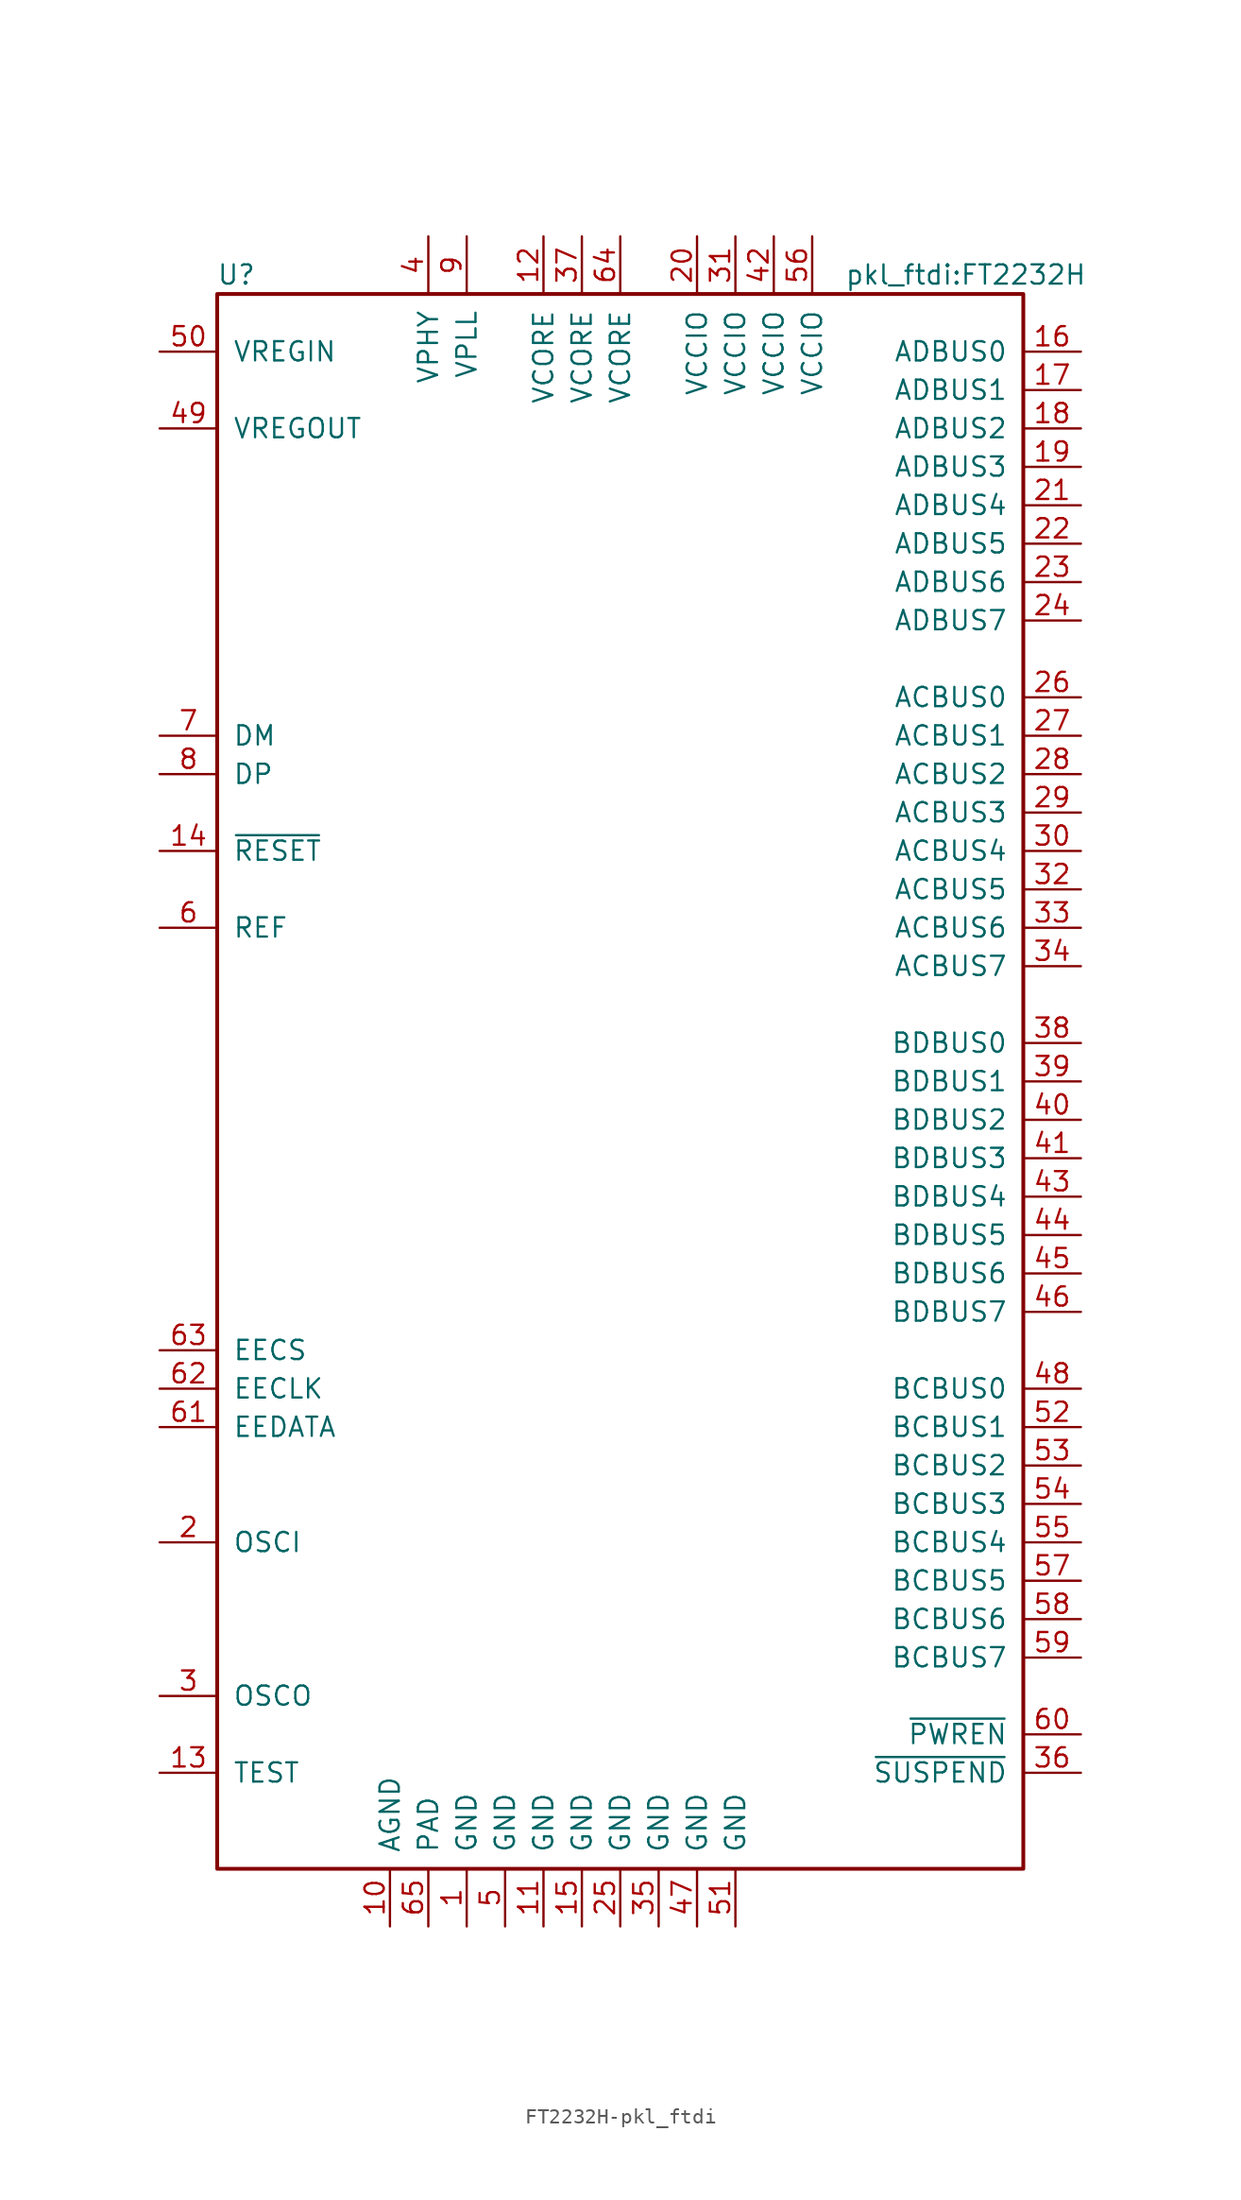
<source format=kicad_sym>
(kicad_symbol_lib
  (version 20231120)
  (generator "kicad_symbol_editor")
  (generator_version "8.0")
  (symbol "FT2232H-pkl_ftdi"
    (pin_names
      (offset 1.016))
    (property "Reference" "U"
      (at -25.4 53.34 0)
      (effects (font (size 1.27 1.27))))
    (property "Value" "pkl_ftdi:FT2232H"
      (at 22.86 53.34 0)
      (effects (font (size 1.27 1.27))))
    (symbol "FT2232H-pkl_ftdi_1_1"
      (rectangle (start -26.67 -52.07) (end 26.67 52.07) (stroke (width 0.254) (type solid)) (fill (type none)))
      (pin power_in line (at -10.16 -55.88 90) (length 3.81) (name "GND" (effects (font (size 1.27 1.27)))) (number "1" (effects (font (size 1.27 1.27)))))
      (pin power_in line (at -15.24 -55.88 90) (length 3.81) (name "AGND" (effects (font (size 1.27 1.27)))) (number "10" (effects (font (size 1.27 1.27)))))
      (pin power_in line (at -5.08 -55.88 90) (length 3.81) (name "GND" (effects (font (size 1.27 1.27)))) (number "11" (effects (font (size 1.27 1.27)))))
      (pin power_in line (at -5.08 55.88 270) (length 3.81) (name "VCORE" (effects (font (size 1.27 1.27)))) (number "12" (effects (font (size 1.27 1.27)))))
      (pin input line (at -30.48 -45.72 0) (length 3.81) (name "TEST" (effects (font (size 1.27 1.27)))) (number "13" (effects (font (size 1.27 1.27)))))
      (pin input line (at -30.48 15.24 0) (length 3.81) (name "~{RESET}" (effects (font (size 1.27 1.27)))) (number "14" (effects (font (size 1.27 1.27)))))
      (pin power_in line (at -2.54 -55.88 90) (length 3.81) (name "GND" (effects (font (size 1.27 1.27)))) (number "15" (effects (font (size 1.27 1.27)))))
      (pin bidirectional line (at 30.48 48.26 180) (length 3.81) (name "ADBUS0" (effects (font (size 1.27 1.27)))) (number "16" (effects (font (size 1.27 1.27)))))
      (pin bidirectional line (at 30.48 45.72 180) (length 3.81) (name "ADBUS1" (effects (font (size 1.27 1.27)))) (number "17" (effects (font (size 1.27 1.27)))))
      (pin bidirectional line (at 30.48 43.18 180) (length 3.81) (name "ADBUS2" (effects (font (size 1.27 1.27)))) (number "18" (effects (font (size 1.27 1.27)))))
      (pin bidirectional line (at 30.48 40.64 180) (length 3.81) (name "ADBUS3" (effects (font (size 1.27 1.27)))) (number "19" (effects (font (size 1.27 1.27)))))
      (pin input line (at -30.48 -30.48 0) (length 3.81) (name "OSCI" (effects (font (size 1.27 1.27)))) (number "2" (effects (font (size 1.27 1.27)))))
      (pin power_in line (at 5.08 55.88 270) (length 3.81) (name "VCCIO" (effects (font (size 1.27 1.27)))) (number "20" (effects (font (size 1.27 1.27)))))
      (pin bidirectional line (at 30.48 38.1 180) (length 3.81) (name "ADBUS4" (effects (font (size 1.27 1.27)))) (number "21" (effects (font (size 1.27 1.27)))))
      (pin bidirectional line (at 30.48 35.56 180) (length 3.81) (name "ADBUS5" (effects (font (size 1.27 1.27)))) (number "22" (effects (font (size 1.27 1.27)))))
      (pin bidirectional line (at 30.48 33.02 180) (length 3.81) (name "ADBUS6" (effects (font (size 1.27 1.27)))) (number "23" (effects (font (size 1.27 1.27)))))
      (pin bidirectional line (at 30.48 30.48 180) (length 3.81) (name "ADBUS7" (effects (font (size 1.27 1.27)))) (number "24" (effects (font (size 1.27 1.27)))))
      (pin power_in line (at 0 -55.88 90) (length 3.81) (name "GND" (effects (font (size 1.27 1.27)))) (number "25" (effects (font (size 1.27 1.27)))))
      (pin bidirectional line (at 30.48 25.4 180) (length 3.81) (name "ACBUS0" (effects (font (size 1.27 1.27)))) (number "26" (effects (font (size 1.27 1.27)))))
      (pin bidirectional line (at 30.48 22.86 180) (length 3.81) (name "ACBUS1" (effects (font (size 1.27 1.27)))) (number "27" (effects (font (size 1.27 1.27)))))
      (pin bidirectional line (at 30.48 20.32 180) (length 3.81) (name "ACBUS2" (effects (font (size 1.27 1.27)))) (number "28" (effects (font (size 1.27 1.27)))))
      (pin bidirectional line (at 30.48 17.78 180) (length 3.81) (name "ACBUS3" (effects (font (size 1.27 1.27)))) (number "29" (effects (font (size 1.27 1.27)))))
      (pin output line (at -30.48 -40.64 0) (length 3.81) (name "OSCO" (effects (font (size 1.27 1.27)))) (number "3" (effects (font (size 1.27 1.27)))))
      (pin bidirectional line (at 30.48 15.24 180) (length 3.81) (name "ACBUS4" (effects (font (size 1.27 1.27)))) (number "30" (effects (font (size 1.27 1.27)))))
      (pin power_in line (at 7.62 55.88 270) (length 3.81) (name "VCCIO" (effects (font (size 1.27 1.27)))) (number "31" (effects (font (size 1.27 1.27)))))
      (pin bidirectional line (at 30.48 12.7 180) (length 3.81) (name "ACBUS5" (effects (font (size 1.27 1.27)))) (number "32" (effects (font (size 1.27 1.27)))))
      (pin bidirectional line (at 30.48 10.16 180) (length 3.81) (name "ACBUS6" (effects (font (size 1.27 1.27)))) (number "33" (effects (font (size 1.27 1.27)))))
      (pin bidirectional line (at 30.48 7.62 180) (length 3.81) (name "ACBUS7" (effects (font (size 1.27 1.27)))) (number "34" (effects (font (size 1.27 1.27)))))
      (pin power_in line (at 2.54 -55.88 90) (length 3.81) (name "GND" (effects (font (size 1.27 1.27)))) (number "35" (effects (font (size 1.27 1.27)))))
      (pin output line (at 30.48 -45.72 180) (length 3.81) (name "~{SUSPEND}" (effects (font (size 1.27 1.27)))) (number "36" (effects (font (size 1.27 1.27)))))
      (pin power_in line (at -2.54 55.88 270) (length 3.81) (name "VCORE" (effects (font (size 1.27 1.27)))) (number "37" (effects (font (size 1.27 1.27)))))
      (pin bidirectional line (at 30.48 2.54 180) (length 3.81) (name "BDBUS0" (effects (font (size 1.27 1.27)))) (number "38" (effects (font (size 1.27 1.27)))))
      (pin bidirectional line (at 30.48 0 180) (length 3.81) (name "BDBUS1" (effects (font (size 1.27 1.27)))) (number "39" (effects (font (size 1.27 1.27)))))
      (pin power_in line (at -12.7 55.88 270) (length 3.81) (name "VPHY" (effects (font (size 1.27 1.27)))) (number "4" (effects (font (size 1.27 1.27)))))
      (pin bidirectional line (at 30.48 -2.54 180) (length 3.81) (name "BDBUS2" (effects (font (size 1.27 1.27)))) (number "40" (effects (font (size 1.27 1.27)))))
      (pin bidirectional line (at 30.48 -5.08 180) (length 3.81) (name "BDBUS3" (effects (font (size 1.27 1.27)))) (number "41" (effects (font (size 1.27 1.27)))))
      (pin power_in line (at 10.16 55.88 270) (length 3.81) (name "VCCIO" (effects (font (size 1.27 1.27)))) (number "42" (effects (font (size 1.27 1.27)))))
      (pin bidirectional line (at 30.48 -7.62 180) (length 3.81) (name "BDBUS4" (effects (font (size 1.27 1.27)))) (number "43" (effects (font (size 1.27 1.27)))))
      (pin bidirectional line (at 30.48 -10.16 180) (length 3.81) (name "BDBUS5" (effects (font (size 1.27 1.27)))) (number "44" (effects (font (size 1.27 1.27)))))
      (pin bidirectional line (at 30.48 -12.7 180) (length 3.81) (name "BDBUS6" (effects (font (size 1.27 1.27)))) (number "45" (effects (font (size 1.27 1.27)))))
      (pin bidirectional line (at 30.48 -15.24 180) (length 3.81) (name "BDBUS7" (effects (font (size 1.27 1.27)))) (number "46" (effects (font (size 1.27 1.27)))))
      (pin power_in line (at 5.08 -55.88 90) (length 3.81) (name "GND" (effects (font (size 1.27 1.27)))) (number "47" (effects (font (size 1.27 1.27)))))
      (pin bidirectional line (at 30.48 -20.32 180) (length 3.81) (name "BCBUS0" (effects (font (size 1.27 1.27)))) (number "48" (effects (font (size 1.27 1.27)))))
      (pin power_out line (at -30.48 43.18 0) (length 3.81) (name "VREGOUT" (effects (font (size 1.27 1.27)))) (number "49" (effects (font (size 1.27 1.27)))))
      (pin power_in line (at -7.62 -55.88 90) (length 3.81) (name "GND" (effects (font (size 1.27 1.27)))) (number "5" (effects (font (size 1.27 1.27)))))
      (pin power_in line (at -30.48 48.26 0) (length 3.81) (name "VREGIN" (effects (font (size 1.27 1.27)))) (number "50" (effects (font (size 1.27 1.27)))))
      (pin power_in line (at 7.62 -55.88 90) (length 3.81) (name "GND" (effects (font (size 1.27 1.27)))) (number "51" (effects (font (size 1.27 1.27)))))
      (pin bidirectional line (at 30.48 -22.86 180) (length 3.81) (name "BCBUS1" (effects (font (size 1.27 1.27)))) (number "52" (effects (font (size 1.27 1.27)))))
      (pin bidirectional line (at 30.48 -25.4 180) (length 3.81) (name "BCBUS2" (effects (font (size 1.27 1.27)))) (number "53" (effects (font (size 1.27 1.27)))))
      (pin bidirectional line (at 30.48 -27.94 180) (length 3.81) (name "BCBUS3" (effects (font (size 1.27 1.27)))) (number "54" (effects (font (size 1.27 1.27)))))
      (pin bidirectional line (at 30.48 -30.48 180) (length 3.81) (name "BCBUS4" (effects (font (size 1.27 1.27)))) (number "55" (effects (font (size 1.27 1.27)))))
      (pin power_in line (at 12.7 55.88 270) (length 3.81) (name "VCCIO" (effects (font (size 1.27 1.27)))) (number "56" (effects (font (size 1.27 1.27)))))
      (pin bidirectional line (at 30.48 -33.02 180) (length 3.81) (name "BCBUS5" (effects (font (size 1.27 1.27)))) (number "57" (effects (font (size 1.27 1.27)))))
      (pin bidirectional line (at 30.48 -35.56 180) (length 3.81) (name "BCBUS6" (effects (font (size 1.27 1.27)))) (number "58" (effects (font (size 1.27 1.27)))))
      (pin bidirectional line (at 30.48 -38.1 180) (length 3.81) (name "BCBUS7" (effects (font (size 1.27 1.27)))) (number "59" (effects (font (size 1.27 1.27)))))
      (pin output line (at -30.48 10.16 0) (length 3.81) (name "REF" (effects (font (size 1.27 1.27)))) (number "6" (effects (font (size 1.27 1.27)))))
      (pin output line (at 30.48 -43.18 180) (length 3.81) (name "~{PWREN}" (effects (font (size 1.27 1.27)))) (number "60" (effects (font (size 1.27 1.27)))))
      (pin bidirectional line (at -30.48 -22.86 0) (length 3.81) (name "EEDATA" (effects (font (size 1.27 1.27)))) (number "61" (effects (font (size 1.27 1.27)))))
      (pin output line (at -30.48 -20.32 0) (length 3.81) (name "EECLK" (effects (font (size 1.27 1.27)))) (number "62" (effects (font (size 1.27 1.27)))))
      (pin output line (at -30.48 -17.78 0) (length 3.81) (name "EECS" (effects (font (size 1.27 1.27)))) (number "63" (effects (font (size 1.27 1.27)))))
      (pin power_in line (at 0 55.88 270) (length 3.81) (name "VCORE" (effects (font (size 1.27 1.27)))) (number "64" (effects (font (size 1.27 1.27)))))
      (pin passive line (at -12.7 -55.88 90) (length 3.81) (name "PAD" (effects (font (size 1.27 1.27)))) (number "65" (effects (font (size 1.27 1.27)))))
      (pin bidirectional line (at -30.48 22.86 0) (length 3.81) (name "DM" (effects (font (size 1.27 1.27)))) (number "7" (effects (font (size 1.27 1.27)))))
      (pin bidirectional line (at -30.48 20.32 0) (length 3.81) (name "DP" (effects (font (size 1.27 1.27)))) (number "8" (effects (font (size 1.27 1.27)))))
      (pin input line (at -10.16 55.88 270) (length 3.81) (name "VPLL" (effects (font (size 1.27 1.27)))) (number "9" (effects (font (size 1.27 1.27))))))))
</source>
